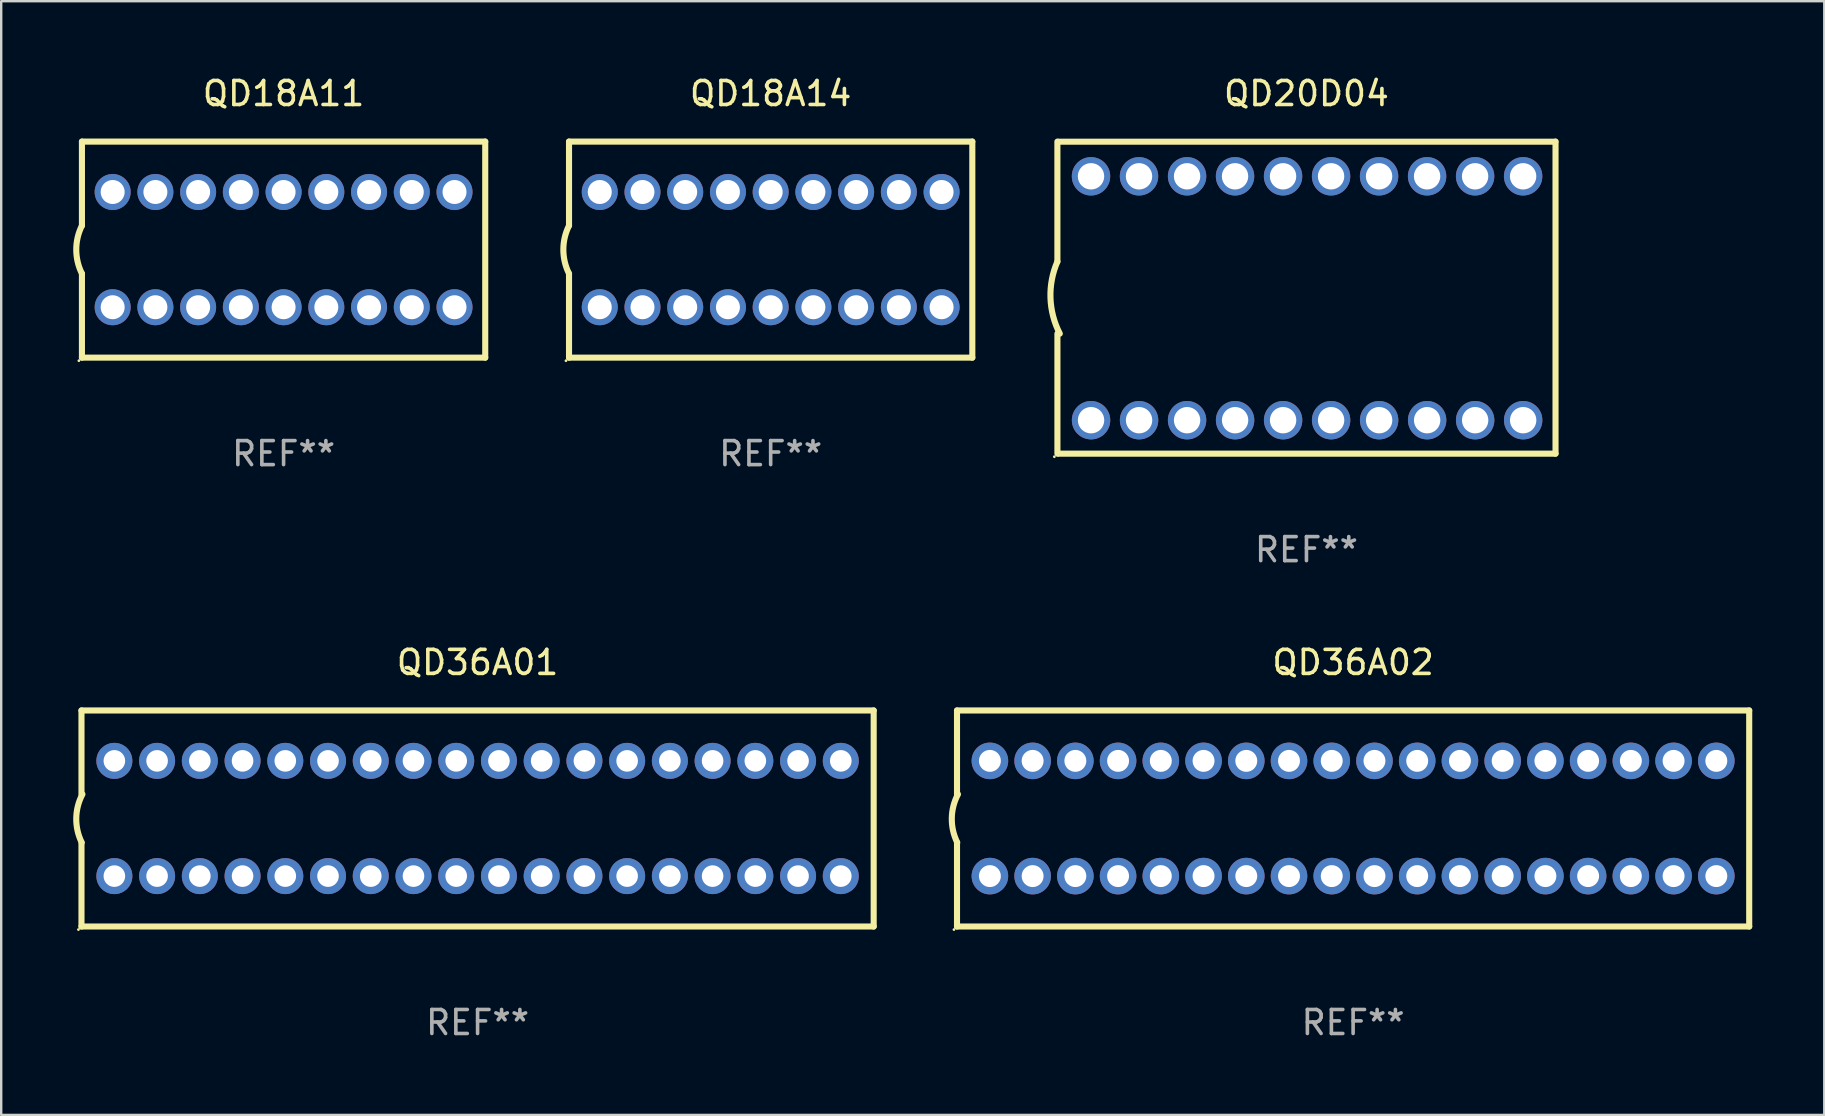
<source format=kicad_pcb>
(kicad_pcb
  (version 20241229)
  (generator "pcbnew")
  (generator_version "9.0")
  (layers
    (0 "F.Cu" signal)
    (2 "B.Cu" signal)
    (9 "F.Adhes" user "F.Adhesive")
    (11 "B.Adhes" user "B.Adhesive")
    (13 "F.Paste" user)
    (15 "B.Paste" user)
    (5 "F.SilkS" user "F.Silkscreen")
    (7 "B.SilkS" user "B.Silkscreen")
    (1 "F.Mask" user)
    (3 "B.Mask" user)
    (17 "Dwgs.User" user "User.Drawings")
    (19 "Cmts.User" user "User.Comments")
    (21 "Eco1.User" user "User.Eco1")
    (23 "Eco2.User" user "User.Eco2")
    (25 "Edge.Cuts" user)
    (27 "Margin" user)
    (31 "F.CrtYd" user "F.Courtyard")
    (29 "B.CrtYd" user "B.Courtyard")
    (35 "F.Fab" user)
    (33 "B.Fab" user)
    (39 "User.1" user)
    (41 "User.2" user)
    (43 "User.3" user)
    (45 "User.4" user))
  (footprint "QD20D04"
    (layer "F.Cu")
    (at 51.372 9.348)
    (property "Reference" "QD20D04" (at 0 -8.5 0) (layer "F.SilkS") (effects (font (size 1 1) (thickness 0.15))))
    (attr through_hole)
    (fp_line (start -10.375 -1.501) (end -10.375 -6.499) (stroke (width 0.254) (type solid)) (layer "F.SilkS"))
    (fp_line (start -10.374 6.5) (end -10.374 1.501) (stroke (width 0.254) (type solid)) (layer "F.SilkS"))
    (fp_line (start -10.325 6.5) (end 10.375 6.5) (stroke (width 0.254) (type solid)) (layer "F.SilkS"))
    (fp_line (start 10.372 -6.496) (end -10.328 -6.496) (stroke (width 0.254) (type solid)) (layer "F.SilkS"))
    (fp_line (start 10.375 6.5) (end 10.375 -6.5) (stroke (width 0.254) (type solid)) (layer "F.SilkS"))
    (fp_arc (start -10.274994 1.5) (mid -10.663319 0.011278) (end -10.374994 -1.5) (stroke (width 0.254001) (type solid)) (layer "F.SilkS"))
    (fp_circle (center -10.502 6.627) (end -10.472 6.627) (stroke (width 0.06) (type solid)) (fill no) (layer "F.SilkS"))
    (fp_text user "REF**" (at 0 10.5 0) (layer "F.Fab") (effects (font (size 1 1) (thickness 0.15))))
    (pad "1" thru_hole circle (at -8.973 5.106) (size 1.6 1.6) (drill 1.1) (layers "*.Cu" "*.Mask"))
    (pad "2" thru_hole circle (at -6.973 5.106) (size 1.6 1.6) (drill 1.1) (layers "*.Cu" "*.Mask"))
    (pad "3" thru_hole circle (at -4.973 5.106) (size 1.6 1.6) (drill 1.1) (layers "*.Cu" "*.Mask"))
    (pad "4" thru_hole circle (at -2.973 5.106) (size 1.6 1.6) (drill 1.1) (layers "*.Cu" "*.Mask"))
    (pad "5" thru_hole circle (at -0.973 5.106) (size 1.6 1.6) (drill 1.1) (layers "*.Cu" "*.Mask"))
    (pad "6" thru_hole circle (at 1.027 5.106) (size 1.6 1.6) (drill 1.1) (layers "*.Cu" "*.Mask"))
    (pad "7" thru_hole circle (at 3.027 5.106) (size 1.6 1.6) (drill 1.1) (layers "*.Cu" "*.Mask"))
    (pad "8" thru_hole circle (at 5.027 5.106) (size 1.6 1.6) (drill 1.1) (layers "*.Cu" "*.Mask"))
    (pad "9" thru_hole circle (at 7.027 5.106) (size 1.6 1.6) (drill 1.1) (layers "*.Cu" "*.Mask"))
    (pad "10" thru_hole circle (at 9.027 5.106) (size 1.6 1.6) (drill 1.1) (layers "*.Cu" "*.Mask"))
    (pad "11" thru_hole circle (at 9.025 -5.054) (size 1.6 1.6) (drill 1.1) (layers "*.Cu" "*.Mask"))
    (pad "12" thru_hole circle (at 7.025 -5.054) (size 1.6 1.6) (drill 1.1) (layers "*.Cu" "*.Mask"))
    (pad "13" thru_hole circle (at 5.025 -5.054) (size 1.6 1.6) (drill 1.1) (layers "*.Cu" "*.Mask"))
    (pad "14" thru_hole circle (at 3.025 -5.054) (size 1.6 1.6) (drill 1.1) (layers "*.Cu" "*.Mask"))
    (pad "15" thru_hole circle (at 1.025 -5.054) (size 1.6 1.6) (drill 1.1) (layers "*.Cu" "*.Mask"))
    (pad "16" thru_hole circle (at -0.975 -5.054) (size 1.6 1.6) (drill 1.1) (layers "*.Cu" "*.Mask"))
    (pad "17" thru_hole circle (at -2.975 -5.054) (size 1.6 1.6) (drill 1.1) (layers "*.Cu" "*.Mask"))
    (pad "18" thru_hole circle (at -4.973 -5.054) (size 1.6 1.6) (drill 1.1) (layers "*.Cu" "*.Mask"))
    (pad "19" thru_hole circle (at -6.975 -5.054) (size 1.6 1.6) (drill 1.1) (layers "*.Cu" "*.Mask"))
    (pad "20" thru_hole circle (at -8.975 -5.054) (size 1.6 1.6) (drill 1.1) (layers "*.Cu" "*.Mask")))
  (footprint "QD18A14"
    (layer "F.Cu")
    (at 29.053 7.348)
    (property "Reference" "QD18A14" (at 0 -6.5 0) (layer "F.SilkS") (effects (font (size 1 1) (thickness 0.15))))
    (attr through_hole)
    (fp_line (start -8.4 -4.5) (end 8.4 -4.5) (stroke (width 0.254) (type solid)) (layer "F.SilkS"))
    (fp_line (start -8.4 -1) (end -8.4 -4.5) (stroke (width 0.254) (type solid)) (layer "F.SilkS"))
    (fp_line (start -8.4 4.5) (end -8.4 1) (stroke (width 0.254) (type solid)) (layer "F.SilkS"))
    (fp_line (start -8.4 4.5) (end 8.4 4.5) (stroke (width 0.254) (type solid)) (layer "F.SilkS"))
    (fp_line (start 8.4 4.5) (end 8.4 -4.5) (stroke (width 0.254) (type solid)) (layer "F.SilkS"))
    (fp_arc (start -8.4 1) (mid -8.636068 0) (end -8.4 -1) (stroke (width 0.254001) (type solid)) (layer "F.SilkS"))
    (fp_circle (center -8.527 4.627) (end -8.497 4.627) (stroke (width 0.06) (type solid)) (fill no) (layer "F.SilkS"))
    (fp_text user "REF**" (at 0 8.5 0) (layer "F.Fab") (effects (font (size 1 1) (thickness 0.15))))
    (pad "1" thru_hole circle (at -7.12 2.4) (size 1.5 1.5) (drill 1) (layers "*.Cu" "*.Mask"))
    (pad "2" thru_hole circle (at -5.34 2.4) (size 1.5 1.5) (drill 1) (layers "*.Cu" "*.Mask"))
    (pad "3" thru_hole circle (at -3.56 2.4) (size 1.5 1.5) (drill 1) (layers "*.Cu" "*.Mask"))
    (pad "4" thru_hole circle (at -1.78 2.4) (size 1.5 1.5) (drill 1) (layers "*.Cu" "*.Mask"))
    (pad "5" thru_hole circle (at 0 2.4) (size 1.5 1.5) (drill 1) (layers "*.Cu" "*.Mask"))
    (pad "6" thru_hole circle (at 1.78 2.4) (size 1.5 1.5) (drill 1) (layers "*.Cu" "*.Mask"))
    (pad "7" thru_hole circle (at 3.56 2.4) (size 1.5 1.5) (drill 1) (layers "*.Cu" "*.Mask"))
    (pad "8" thru_hole circle (at 5.34 2.4) (size 1.5 1.5) (drill 1) (layers "*.Cu" "*.Mask"))
    (pad "9" thru_hole circle (at 7.12 2.4) (size 1.5 1.5) (drill 1) (layers "*.Cu" "*.Mask"))
    (pad "10" thru_hole circle (at 7.12 -2.4) (size 1.5 1.5) (drill 1) (layers "*.Cu" "*.Mask"))
    (pad "11" thru_hole circle (at 5.34 -2.4) (size 1.5 1.5) (drill 1) (layers "*.Cu" "*.Mask"))
    (pad "12" thru_hole circle (at 3.56 -2.4) (size 1.5 1.5) (drill 1) (layers "*.Cu" "*.Mask"))
    (pad "13" thru_hole circle (at 1.78 -2.4) (size 1.5 1.5) (drill 1) (layers "*.Cu" "*.Mask"))
    (pad "14" thru_hole circle (at 0 -2.4) (size 1.5 1.5) (drill 1) (layers "*.Cu" "*.Mask"))
    (pad "15" thru_hole circle (at -1.78 -2.4) (size 1.5 1.5) (drill 1) (layers "*.Cu" "*.Mask"))
    (pad "16" thru_hole circle (at -3.56 -2.4) (size 1.5 1.5) (drill 1) (layers "*.Cu" "*.Mask"))
    (pad "17" thru_hole circle (at -5.34 -2.4) (size 1.5 1.5) (drill 1) (layers "*.Cu" "*.Mask"))
    (pad "18" thru_hole circle (at -7.12 -2.4) (size 1.5 1.5) (drill 1) (layers "*.Cu" "*.Mask")))
  (footprint "QD36A01"
    (layer "F.Cu")
    (at 16.844 31.045)
    (property "Reference" "QD36A01" (at 0 -6.5 0) (layer "F.SilkS") (effects (font (size 1 1) (thickness 0.15))))
    (attr through_hole)
    (fp_line (start -16.5 -4.5) (end 16.5 -4.5) (stroke (width 0.254) (type solid)) (layer "F.SilkS"))
    (fp_line (start -16.5 -1) (end -16.5 -4.5) (stroke (width 0.254) (type solid)) (layer "F.SilkS"))
    (fp_line (start -16.5 4.5) (end -16.5 1) (stroke (width 0.254) (type solid)) (layer "F.SilkS"))
    (fp_line (start 16.5 -4.5) (end 16.5 4.5) (stroke (width 0.254) (type solid)) (layer "F.SilkS"))
    (fp_line (start 16.5 4.5) (end -16.5 4.5) (stroke (width 0.254) (type solid)) (layer "F.SilkS"))
    (fp_arc (start -16.489992 1) (mid -16.717001 -0.008616) (end -16.459995 -1.010008) (stroke (width 0.254001) (type solid)) (layer "F.SilkS"))
    (fp_circle (center -16.627 4.627) (end -16.597 4.627) (stroke (width 0.06) (type solid)) (fill no) (layer "F.SilkS"))
    (fp_text user "REF**" (at 0 8.5 0) (layer "F.Fab") (effects (font (size 1 1) (thickness 0.15))))
    (pad "1" thru_hole circle (at -15.13 2.4) (size 1.5 1.5) (drill 0.9) (layers "*.Cu" "*.Mask"))
    (pad "2" thru_hole circle (at -13.35 2.4) (size 1.5 1.5) (drill 0.9) (layers "*.Cu" "*.Mask"))
    (pad "3" thru_hole circle (at -11.57 2.4) (size 1.5 1.5) (drill 0.9) (layers "*.Cu" "*.Mask"))
    (pad "4" thru_hole circle (at -9.79 2.4) (size 1.5 1.5) (drill 0.9) (layers "*.Cu" "*.Mask"))
    (pad "5" thru_hole circle (at -8.01 2.4) (size 1.5 1.5) (drill 0.9) (layers "*.Cu" "*.Mask"))
    (pad "6" thru_hole circle (at -6.23 2.4) (size 1.5 1.5) (drill 0.9) (layers "*.Cu" "*.Mask"))
    (pad "7" thru_hole circle (at -4.45 2.4) (size 1.5 1.5) (drill 0.9) (layers "*.Cu" "*.Mask"))
    (pad "8" thru_hole circle (at -2.67 2.4) (size 1.5 1.5) (drill 0.9) (layers "*.Cu" "*.Mask"))
    (pad "9" thru_hole circle (at -0.89 2.4) (size 1.5 1.5) (drill 0.9) (layers "*.Cu" "*.Mask"))
    (pad "10" thru_hole circle (at 0.89 2.4) (size 1.5 1.5) (drill 0.9) (layers "*.Cu" "*.Mask"))
    (pad "11" thru_hole circle (at 2.67 2.4) (size 1.5 1.5) (drill 0.9) (layers "*.Cu" "*.Mask"))
    (pad "12" thru_hole circle (at 4.45 2.4) (size 1.5 1.5) (drill 0.9) (layers "*.Cu" "*.Mask"))
    (pad "13" thru_hole circle (at 6.23 2.4) (size 1.5 1.5) (drill 0.9) (layers "*.Cu" "*.Mask"))
    (pad "14" thru_hole circle (at 8.01 2.4) (size 1.5 1.5) (drill 0.9) (layers "*.Cu" "*.Mask"))
    (pad "15" thru_hole circle (at 9.79 2.4) (size 1.5 1.5) (drill 0.9) (layers "*.Cu" "*.Mask"))
    (pad "16" thru_hole circle (at 11.57 2.4) (size 1.5 1.5) (drill 0.9) (layers "*.Cu" "*.Mask"))
    (pad "17" thru_hole circle (at 13.35 2.4) (size 1.5 1.5) (drill 0.9) (layers "*.Cu" "*.Mask"))
    (pad "18" thru_hole circle (at 15.13 2.4) (size 1.5 1.5) (drill 0.9) (layers "*.Cu" "*.Mask"))
    (pad "19" thru_hole circle (at 15.13 -2.4) (size 1.5 1.5) (drill 0.9) (layers "*.Cu" "*.Mask"))
    (pad "20" thru_hole circle (at 13.35 -2.4) (size 1.5 1.5) (drill 0.9) (layers "*.Cu" "*.Mask"))
    (pad "21" thru_hole circle (at 11.57 -2.4) (size 1.5 1.5) (drill 0.9) (layers "*.Cu" "*.Mask"))
    (pad "22" thru_hole circle (at 9.79 -2.4) (size 1.5 1.5) (drill 0.9) (layers "*.Cu" "*.Mask"))
    (pad "23" thru_hole circle (at 8.01 -2.4) (size 1.5 1.5) (drill 0.9) (layers "*.Cu" "*.Mask"))
    (pad "24" thru_hole circle (at 6.23 -2.4) (size 1.5 1.5) (drill 0.9) (layers "*.Cu" "*.Mask"))
    (pad "25" thru_hole circle (at 4.45 -2.4) (size 1.5 1.5) (drill 0.9) (layers "*.Cu" "*.Mask"))
    (pad "26" thru_hole circle (at 2.67 -2.4) (size 1.5 1.5) (drill 0.9) (layers "*.Cu" "*.Mask"))
    (pad "27" thru_hole circle (at 0.89 -2.4) (size 1.5 1.5) (drill 0.9) (layers "*.Cu" "*.Mask"))
    (pad "28" thru_hole circle (at -0.89 -2.4) (size 1.5 1.5) (drill 0.9) (layers "*.Cu" "*.Mask"))
    (pad "29" thru_hole circle (at -2.67 -2.4) (size 1.5 1.5) (drill 0.9) (layers "*.Cu" "*.Mask"))
    (pad "30" thru_hole circle (at -4.45 -2.4) (size 1.5 1.5) (drill 0.9) (layers "*.Cu" "*.Mask"))
    (pad "31" thru_hole circle (at -6.23 -2.4) (size 1.5 1.5) (drill 0.9) (layers "*.Cu" "*.Mask"))
    (pad "32" thru_hole circle (at -8.01 -2.4) (size 1.5 1.5) (drill 0.9) (layers "*.Cu" "*.Mask"))
    (pad "33" thru_hole circle (at -9.79 -2.4) (size 1.5 1.5) (drill 0.9) (layers "*.Cu" "*.Mask"))
    (pad "34" thru_hole circle (at -11.57 -2.4) (size 1.5 1.5) (drill 0.9) (layers "*.Cu" "*.Mask"))
    (pad "35" thru_hole circle (at -13.35 -2.4) (size 1.5 1.5) (drill 0.9) (layers "*.Cu" "*.Mask"))
    (pad "36" thru_hole circle (at -15.13 -2.4) (size 1.5 1.5) (drill 0.9) (layers "*.Cu" "*.Mask")))
  (footprint "QD36A02"
    (layer "F.Cu")
    (at 53.315 31.045)
    (property "Reference" "QD36A02" (at 0 -6.5 0) (layer "F.SilkS") (effects (font (size 1 1) (thickness 0.15))))
    (attr through_hole)
    (fp_line (start -16.5 -4.5) (end 16.5 -4.5) (stroke (width 0.254) (type solid)) (layer "F.SilkS"))
    (fp_line (start -16.5 -1) (end -16.5 -4.5) (stroke (width 0.254) (type solid)) (layer "F.SilkS"))
    (fp_line (start -16.5 4.5) (end -16.5 1) (stroke (width 0.254) (type solid)) (layer "F.SilkS"))
    (fp_line (start 16.5 -4.5) (end 16.5 4.5) (stroke (width 0.254) (type solid)) (layer "F.SilkS"))
    (fp_line (start 16.5 4.5) (end -16.5 4.5) (stroke (width 0.254) (type solid)) (layer "F.SilkS"))
    (fp_arc (start -16.489992 1) (mid -16.717001 -0.008616) (end -16.459995 -1.010008) (stroke (width 0.254001) (type solid)) (layer "F.SilkS"))
    (fp_circle (center -16.627 4.627) (end -16.597 4.627) (stroke (width 0.06) (type solid)) (fill no) (layer "F.SilkS"))
    (fp_text user "REF**" (at 0 8.5 0) (layer "F.Fab") (effects (font (size 1 1) (thickness 0.15))))
    (pad "1" thru_hole circle (at -15.13 2.4) (size 1.524 1.524) (drill 0.914) (layers "*.Cu" "*.Mask"))
    (pad "2" thru_hole circle (at -13.35 2.4) (size 1.524 1.524) (drill 0.914) (layers "*.Cu" "*.Mask"))
    (pad "3" thru_hole circle (at -11.57 2.4) (size 1.524 1.524) (drill 0.914) (layers "*.Cu" "*.Mask"))
    (pad "4" thru_hole circle (at -9.79 2.4) (size 1.524 1.524) (drill 0.914) (layers "*.Cu" "*.Mask"))
    (pad "5" thru_hole circle (at -8.01 2.4) (size 1.524 1.524) (drill 0.914) (layers "*.Cu" "*.Mask"))
    (pad "6" thru_hole circle (at -6.23 2.4) (size 1.524 1.524) (drill 0.914) (layers "*.Cu" "*.Mask"))
    (pad "7" thru_hole circle (at -4.45 2.4) (size 1.524 1.524) (drill 0.914) (layers "*.Cu" "*.Mask"))
    (pad "8" thru_hole circle (at -2.67 2.4) (size 1.524 1.524) (drill 0.914) (layers "*.Cu" "*.Mask"))
    (pad "9" thru_hole circle (at -0.89 2.4) (size 1.524 1.524) (drill 0.914) (layers "*.Cu" "*.Mask"))
    (pad "10" thru_hole circle (at 0.89 2.4) (size 1.524 1.524) (drill 0.914) (layers "*.Cu" "*.Mask"))
    (pad "11" thru_hole circle (at 2.67 2.4) (size 1.524 1.524) (drill 0.914) (layers "*.Cu" "*.Mask"))
    (pad "12" thru_hole circle (at 4.45 2.4) (size 1.524 1.524) (drill 0.914) (layers "*.Cu" "*.Mask"))
    (pad "13" thru_hole circle (at 6.23 2.4) (size 1.524 1.524) (drill 0.914) (layers "*.Cu" "*.Mask"))
    (pad "14" thru_hole circle (at 8.01 2.4) (size 1.524 1.524) (drill 0.914) (layers "*.Cu" "*.Mask"))
    (pad "15" thru_hole circle (at 9.79 2.4) (size 1.524 1.524) (drill 0.914) (layers "*.Cu" "*.Mask"))
    (pad "16" thru_hole circle (at 11.57 2.4) (size 1.524 1.524) (drill 0.914) (layers "*.Cu" "*.Mask"))
    (pad "17" thru_hole circle (at 13.35 2.4) (size 1.524 1.524) (drill 0.914) (layers "*.Cu" "*.Mask"))
    (pad "18" thru_hole circle (at 15.13 2.4) (size 1.524 1.524) (drill 0.914) (layers "*.Cu" "*.Mask"))
    (pad "19" thru_hole circle (at 15.13 -2.4) (size 1.524 1.524) (drill 0.914) (layers "*.Cu" "*.Mask"))
    (pad "20" thru_hole circle (at 13.35 -2.4) (size 1.524 1.524) (drill 0.914) (layers "*.Cu" "*.Mask"))
    (pad "21" thru_hole circle (at 11.57 -2.4) (size 1.524 1.524) (drill 0.914) (layers "*.Cu" "*.Mask"))
    (pad "22" thru_hole circle (at 9.79 -2.4) (size 1.524 1.524) (drill 0.914) (layers "*.Cu" "*.Mask"))
    (pad "23" thru_hole circle (at 8.01 -2.4) (size 1.524 1.524) (drill 0.914) (layers "*.Cu" "*.Mask"))
    (pad "24" thru_hole circle (at 6.23 -2.4) (size 1.524 1.524) (drill 0.914) (layers "*.Cu" "*.Mask"))
    (pad "25" thru_hole circle (at 4.45 -2.4) (size 1.524 1.524) (drill 0.914) (layers "*.Cu" "*.Mask"))
    (pad "26" thru_hole circle (at 2.67 -2.4) (size 1.524 1.524) (drill 0.914) (layers "*.Cu" "*.Mask"))
    (pad "27" thru_hole circle (at 0.89 -2.4) (size 1.524 1.524) (drill 0.914) (layers "*.Cu" "*.Mask"))
    (pad "28" thru_hole circle (at -0.89 -2.4) (size 1.524 1.524) (drill 0.914) (layers "*.Cu" "*.Mask"))
    (pad "29" thru_hole circle (at -2.67 -2.4) (size 1.524 1.524) (drill 0.914) (layers "*.Cu" "*.Mask"))
    (pad "30" thru_hole circle (at -4.45 -2.4) (size 1.524 1.524) (drill 0.914) (layers "*.Cu" "*.Mask"))
    (pad "31" thru_hole circle (at -6.23 -2.4) (size 1.524 1.524) (drill 0.914) (layers "*.Cu" "*.Mask"))
    (pad "32" thru_hole circle (at -8.01 -2.4) (size 1.524 1.524) (drill 0.914) (layers "*.Cu" "*.Mask"))
    (pad "33" thru_hole circle (at -9.79 -2.4) (size 1.524 1.524) (drill 0.914) (layers "*.Cu" "*.Mask"))
    (pad "34" thru_hole circle (at -11.57 -2.4) (size 1.524 1.524) (drill 0.914) (layers "*.Cu" "*.Mask"))
    (pad "35" thru_hole circle (at -13.35 -2.4) (size 1.524 1.524) (drill 0.914) (layers "*.Cu" "*.Mask"))
    (pad "36" thru_hole circle (at -15.13 -2.4) (size 1.524 1.524) (drill 0.914) (layers "*.Cu" "*.Mask")))
  (footprint "QD18A11"
    (layer "F.Cu")
    (at 8.763 7.348)
    (property "Reference" "QD18A11" (at 0 -6.5 0) (layer "F.SilkS") (effects (font (size 1 1) (thickness 0.15))))
    (attr through_hole)
    (fp_line (start -8.4 -4.5) (end 8.4 -4.5) (stroke (width 0.254) (type solid)) (layer "F.SilkS"))
    (fp_line (start -8.4 -1) (end -8.4 -4.5) (stroke (width 0.254) (type solid)) (layer "F.SilkS"))
    (fp_line (start -8.4 4.5) (end -8.4 1) (stroke (width 0.254) (type solid)) (layer "F.SilkS"))
    (fp_line (start -8.4 4.5) (end 8.4 4.5) (stroke (width 0.254) (type solid)) (layer "F.SilkS"))
    (fp_line (start 8.4 4.5) (end 8.4 -4.5) (stroke (width 0.254) (type solid)) (layer "F.SilkS"))
    (fp_arc (start -8.4 1) (mid -8.636068 0) (end -8.4 -1) (stroke (width 0.254001) (type solid)) (layer "F.SilkS"))
    (fp_circle (center -8.527 4.627) (end -8.497 4.627) (stroke (width 0.06) (type solid)) (fill no) (layer "F.SilkS"))
    (fp_text user "REF**" (at 0 8.5 0) (layer "F.Fab") (effects (font (size 1 1) (thickness 0.15))))
    (pad "1" thru_hole circle (at -7.12 2.4) (size 1.5 1.5) (drill 1) (layers "*.Cu" "*.Mask"))
    (pad "2" thru_hole circle (at -5.34 2.4) (size 1.5 1.5) (drill 1) (layers "*.Cu" "*.Mask"))
    (pad "3" thru_hole circle (at -3.56 2.4) (size 1.5 1.5) (drill 1) (layers "*.Cu" "*.Mask"))
    (pad "4" thru_hole circle (at -1.78 2.4) (size 1.5 1.5) (drill 1) (layers "*.Cu" "*.Mask"))
    (pad "5" thru_hole circle (at 0 2.4) (size 1.5 1.5) (drill 1) (layers "*.Cu" "*.Mask"))
    (pad "6" thru_hole circle (at 1.78 2.4) (size 1.5 1.5) (drill 1) (layers "*.Cu" "*.Mask"))
    (pad "7" thru_hole circle (at 3.56 2.4) (size 1.5 1.5) (drill 1) (layers "*.Cu" "*.Mask"))
    (pad "8" thru_hole circle (at 5.34 2.4) (size 1.5 1.5) (drill 1) (layers "*.Cu" "*.Mask"))
    (pad "9" thru_hole circle (at 7.12 2.4) (size 1.5 1.5) (drill 1) (layers "*.Cu" "*.Mask"))
    (pad "10" thru_hole circle (at 7.12 -2.4) (size 1.5 1.5) (drill 1) (layers "*.Cu" "*.Mask"))
    (pad "11" thru_hole circle (at 5.34 -2.4) (size 1.5 1.5) (drill 1) (layers "*.Cu" "*.Mask"))
    (pad "12" thru_hole circle (at 3.56 -2.4) (size 1.5 1.5) (drill 1) (layers "*.Cu" "*.Mask"))
    (pad "13" thru_hole circle (at 1.78 -2.4) (size 1.5 1.5) (drill 1) (layers "*.Cu" "*.Mask"))
    (pad "14" thru_hole circle (at 0 -2.4) (size 1.5 1.5) (drill 1) (layers "*.Cu" "*.Mask"))
    (pad "15" thru_hole circle (at -1.78 -2.4) (size 1.5 1.5) (drill 1) (layers "*.Cu" "*.Mask"))
    (pad "16" thru_hole circle (at -3.56 -2.4) (size 1.5 1.5) (drill 1) (layers "*.Cu" "*.Mask"))
    (pad "17" thru_hole circle (at -5.34 -2.4) (size 1.5 1.5) (drill 1) (layers "*.Cu" "*.Mask"))
    (pad "18" thru_hole circle (at -7.12 -2.4) (size 1.5 1.5) (drill 1) (layers "*.Cu" "*.Mask")))
  (gr_rect
    (start -3 -3)
    (end 72.942 43.393)
    (stroke (width 0.1) (type default))
    (fill no)
    (layer "Edge.Cuts")))
</source>
